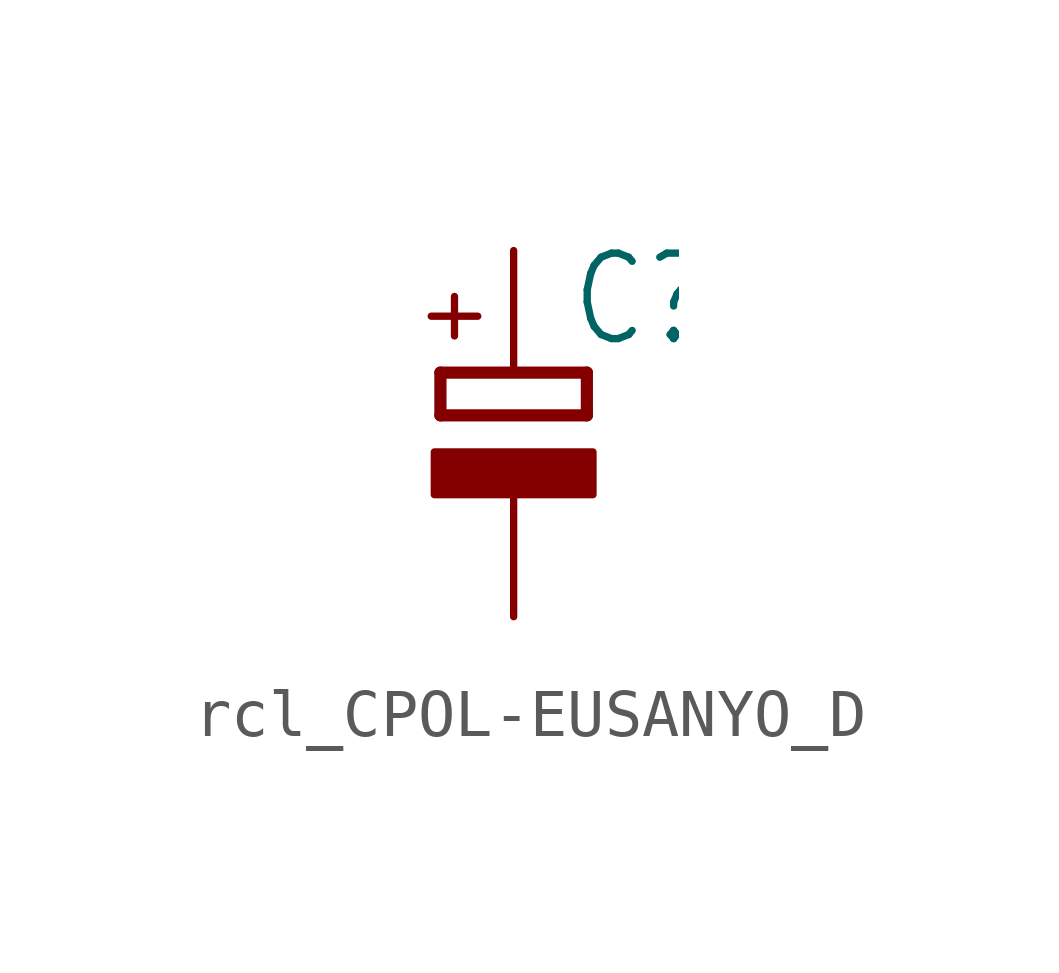
<source format=kicad_sym>
(kicad_symbol_lib
  (version 20231120)
  (generator "kicad_symbol_editor")
  (generator_version "8.0")
  (symbol "rcl_CPOL-EUSANYO_D"
    (property "Reference" "C"
      (at 1.143 0.483 0)
      (effects (font (size 1.778 1.511)) (justify left bottom)))
    (property "Value" ""
      (at 1.143 -4.597 0)
      (effects (font (size 1.778 1.511)) (justify left bottom)))
    (property "ki_locked" ""
      (at 0 0 0)
      (effects (font (size 1.27 1.27))))
    (symbol "rcl_CPOL-EUSANYO_D_1_0"
      (rectangle (start -1.651 -2.54) (end 1.651 -1.651) (stroke (width 0) (type default)) (fill (type outline)))
      (polyline (pts (xy -1.524 -0.889) (xy 1.524 -0.889)) (stroke (width 0.254) (type solid)) (fill (type none)))
      (polyline (pts (xy -1.524 0) (xy -1.524 -0.889)) (stroke (width 0.254) (type solid)) (fill (type none)))
      (polyline (pts (xy -1.524 0) (xy 1.524 0)) (stroke (width 0.254) (type solid)) (fill (type none)))
      (polyline (pts (xy 1.524 -0.889) (xy 1.524 0)) (stroke (width 0.254) (type solid)) (fill (type none)))
      (text "+" (at -0.584 0.406 900) (effects (font (size 1.27 1.079)) (justify left bottom)))
      (pin passive line (at 0 2.54 270) (length 2.54) (name "+" (effects (font (size 0 0)))) (number "+" (effects (font (size 0 0)))))
      (pin passive line (at 0 -5.08 90) (length 2.54) (name "-" (effects (font (size 0 0)))) (number "-" (effects (font (size 0 0))))))))
</source>
